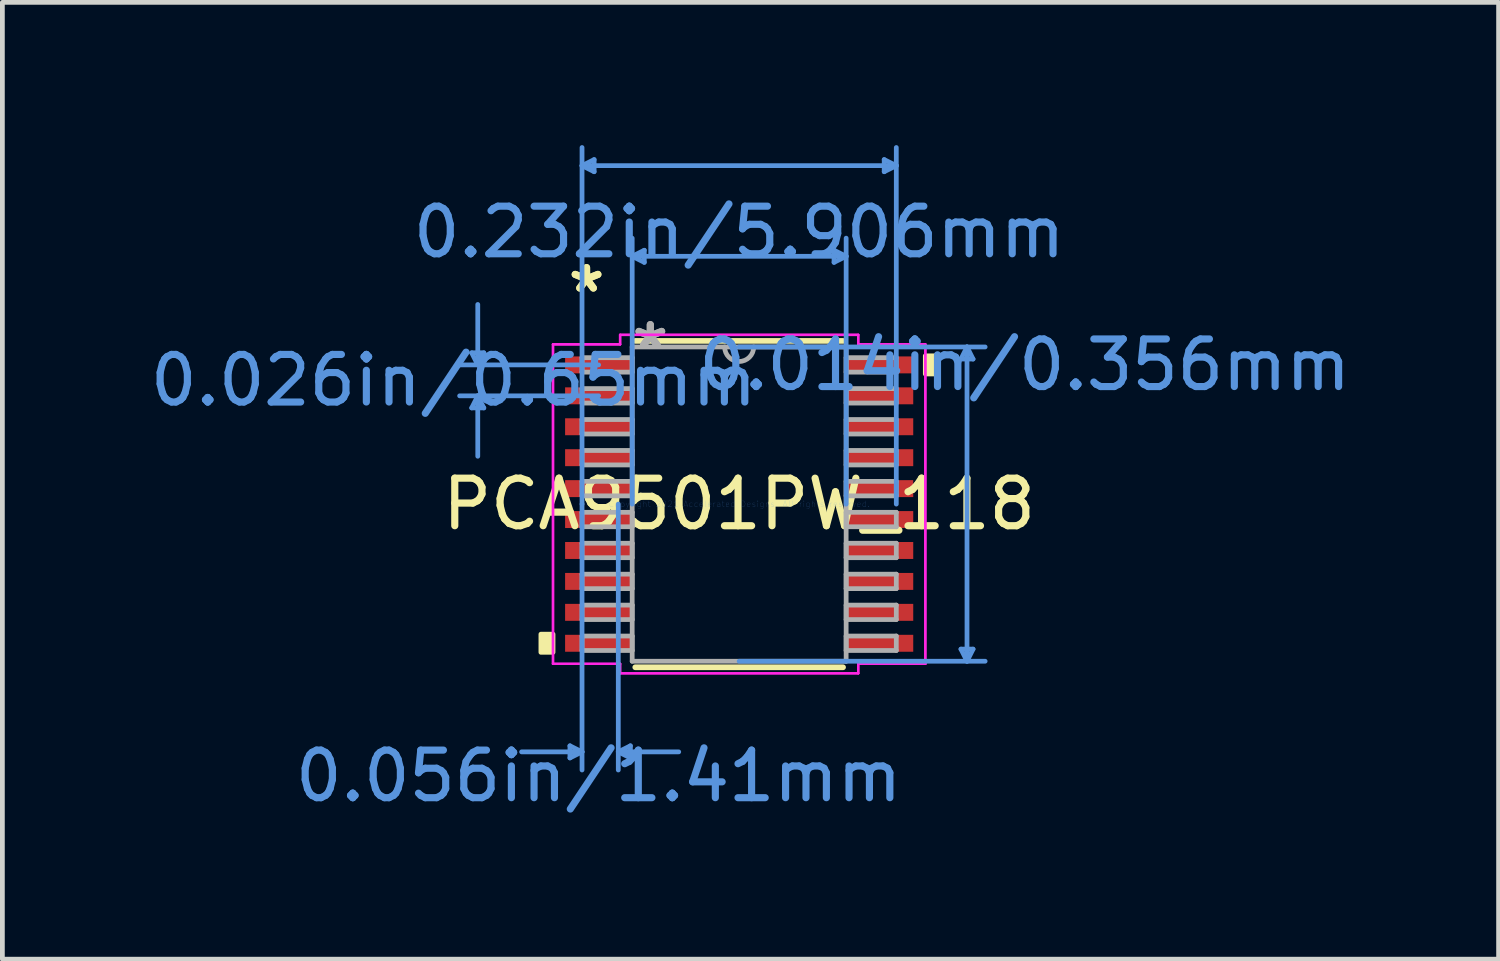
<source format=kicad_pcb>
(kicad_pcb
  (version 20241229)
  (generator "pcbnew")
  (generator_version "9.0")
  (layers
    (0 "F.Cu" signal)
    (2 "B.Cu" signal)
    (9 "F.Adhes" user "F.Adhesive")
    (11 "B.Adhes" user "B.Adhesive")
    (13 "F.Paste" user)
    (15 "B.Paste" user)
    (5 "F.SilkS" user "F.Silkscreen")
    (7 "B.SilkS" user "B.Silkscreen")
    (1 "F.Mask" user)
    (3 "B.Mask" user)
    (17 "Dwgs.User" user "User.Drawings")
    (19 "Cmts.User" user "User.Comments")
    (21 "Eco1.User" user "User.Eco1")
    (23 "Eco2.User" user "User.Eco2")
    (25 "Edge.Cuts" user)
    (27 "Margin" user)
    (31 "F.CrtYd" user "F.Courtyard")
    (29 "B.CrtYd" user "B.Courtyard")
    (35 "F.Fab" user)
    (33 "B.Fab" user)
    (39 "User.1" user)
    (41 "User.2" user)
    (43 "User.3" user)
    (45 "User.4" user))
  (footprint "PCA9501PW_118"
    (layer "F.Cu")
    (at 12.483 7.543)
    (property "Reference" "PCA9501PW_118" (at 0 0 0) (layer "F.SilkS") (effects (font (size 1 1) (thickness 0.15))))
    (attr through_hole)
    (fp_line (start -2.183 3.429) (end 2.183 3.429) (stroke (width 0.12) (type solid)) (layer "F.SilkS"))
    (fp_line (start 2.183 -3.429) (end -2.183 -3.429) (stroke (width 0.12) (type solid)) (layer "F.SilkS"))
    (fp_poly (pts (xy -4.166 2.734) (xy -4.166 3.115) (xy -3.912 3.115) (xy -3.912 2.734)) (stroke (width 0.1) (type solid)) (fill yes) (layer "F.SilkS"))
    (fp_poly (pts (xy 4.166 -3.115) (xy 4.166 -2.734) (xy 3.912 -2.734) (xy 3.912 -3.115)) (stroke (width 0.1) (type solid)) (fill yes) (layer "F.SilkS"))
    (fp_line (start -5.62 -3.179) (end -5.366 -3.179) (stroke (width 0.1) (type solid)) (layer "Cmts.User"))
    (fp_line (start -5.62 -2.021) (end -5.366 -2.021) (stroke (width 0.1) (type solid)) (layer "Cmts.User"))
    (fp_line (start -5.493 -2.925) (end -5.62 -3.179) (stroke (width 0.1) (type solid)) (layer "Cmts.User"))
    (fp_line (start -5.493 -2.925) (end -5.493 -4.195) (stroke (width 0.1) (type solid)) (layer "Cmts.User"))
    (fp_line (start -5.493 -2.925) (end -5.366 -3.179) (stroke (width 0.1) (type solid)) (layer "Cmts.User"))
    (fp_line (start -5.493 -2.275) (end -5.62 -2.021) (stroke (width 0.1) (type solid)) (layer "Cmts.User"))
    (fp_line (start -5.493 -2.275) (end -5.493 -1.005) (stroke (width 0.1) (type solid)) (layer "Cmts.User"))
    (fp_line (start -5.493 -2.275) (end -5.366 -2.021) (stroke (width 0.1) (type solid)) (layer "Cmts.User"))
    (fp_line (start -3.556 5.08) (end -3.556 5.334) (stroke (width 0.1) (type solid)) (layer "Cmts.User"))
    (fp_line (start -3.302 -7.112) (end -3.048 -7.239) (stroke (width 0.1) (type solid)) (layer "Cmts.User"))
    (fp_line (start -3.302 -7.112) (end -3.048 -6.985) (stroke (width 0.1) (type solid)) (layer "Cmts.User"))
    (fp_line (start -3.302 -7.112) (end 3.302 -7.112) (stroke (width 0.1) (type solid)) (layer "Cmts.User"))
    (fp_line (start -3.302 0) (end -3.302 -7.493) (stroke (width 0.1) (type solid)) (layer "Cmts.User"))
    (fp_line (start -3.302 0) (end -3.302 5.588) (stroke (width 0.1) (type solid)) (layer "Cmts.User"))
    (fp_line (start -3.302 5.207) (end -4.572 5.207) (stroke (width 0.1) (type solid)) (layer "Cmts.User"))
    (fp_line (start -3.302 5.207) (end -3.556 5.08) (stroke (width 0.1) (type solid)) (layer "Cmts.User"))
    (fp_line (start -3.302 5.207) (end -3.556 5.334) (stroke (width 0.1) (type solid)) (layer "Cmts.User"))
    (fp_line (start -3.048 -7.239) (end -3.048 -6.985) (stroke (width 0.1) (type solid)) (layer "Cmts.User"))
    (fp_line (start -2.953 -2.925) (end -5.874 -2.925) (stroke (width 0.1) (type solid)) (layer "Cmts.User"))
    (fp_line (start -2.953 -2.275) (end -5.874 -2.275) (stroke (width 0.1) (type solid)) (layer "Cmts.User"))
    (fp_line (start -2.54 0) (end -2.54 5.588) (stroke (width 0.1) (type solid)) (layer "Cmts.User"))
    (fp_line (start -2.54 5.207) (end -2.286 5.08) (stroke (width 0.1) (type solid)) (layer "Cmts.User"))
    (fp_line (start -2.54 5.207) (end -2.286 5.334) (stroke (width 0.1) (type solid)) (layer "Cmts.User"))
    (fp_line (start -2.54 5.207) (end -1.27 5.207) (stroke (width 0.1) (type solid)) (layer "Cmts.User"))
    (fp_line (start -2.286 5.08) (end -2.286 5.334) (stroke (width 0.1) (type solid)) (layer "Cmts.User"))
    (fp_line (start -2.248 -5.207) (end -1.994 -5.334) (stroke (width 0.1) (type solid)) (layer "Cmts.User"))
    (fp_line (start -2.248 -5.207) (end -1.994 -5.08) (stroke (width 0.1) (type solid)) (layer "Cmts.User"))
    (fp_line (start -2.248 -5.207) (end 2.248 -5.207) (stroke (width 0.1) (type solid)) (layer "Cmts.User"))
    (fp_line (start -2.248 0) (end -2.248 -5.588) (stroke (width 0.1) (type solid)) (layer "Cmts.User"))
    (fp_line (start -1.994 -5.334) (end -1.994 -5.08) (stroke (width 0.1) (type solid)) (layer "Cmts.User"))
    (fp_line (start 0 -3.302) (end 5.169 -3.302) (stroke (width 0.1) (type solid)) (layer "Cmts.User"))
    (fp_line (start 0 3.302) (end 5.169 3.302) (stroke (width 0.1) (type solid)) (layer "Cmts.User"))
    (fp_line (start 1.994 -5.334) (end 1.994 -5.08) (stroke (width 0.1) (type solid)) (layer "Cmts.User"))
    (fp_line (start 2.248 -5.207) (end 1.994 -5.334) (stroke (width 0.1) (type solid)) (layer "Cmts.User"))
    (fp_line (start 2.248 -5.207) (end 1.994 -5.08) (stroke (width 0.1) (type solid)) (layer "Cmts.User"))
    (fp_line (start 2.248 0) (end 2.248 -5.588) (stroke (width 0.1) (type solid)) (layer "Cmts.User"))
    (fp_line (start 3.048 -7.239) (end 3.048 -6.985) (stroke (width 0.1) (type solid)) (layer "Cmts.User"))
    (fp_line (start 3.302 -7.112) (end 3.048 -7.239) (stroke (width 0.1) (type solid)) (layer "Cmts.User"))
    (fp_line (start 3.302 -7.112) (end 3.048 -6.985) (stroke (width 0.1) (type solid)) (layer "Cmts.User"))
    (fp_line (start 3.302 0) (end 3.302 -7.493) (stroke (width 0.1) (type solid)) (layer "Cmts.User"))
    (fp_line (start 4.661 -3.048) (end 4.915 -3.048) (stroke (width 0.1) (type solid)) (layer "Cmts.User"))
    (fp_line (start 4.661 3.048) (end 4.915 3.048) (stroke (width 0.1) (type solid)) (layer "Cmts.User"))
    (fp_line (start 4.788 -3.302) (end 4.661 -3.048) (stroke (width 0.1) (type solid)) (layer "Cmts.User"))
    (fp_line (start 4.788 -3.302) (end 4.788 3.302) (stroke (width 0.1) (type solid)) (layer "Cmts.User"))
    (fp_line (start 4.788 -3.302) (end 4.915 -3.048) (stroke (width 0.1) (type solid)) (layer "Cmts.User"))
    (fp_line (start 4.788 3.302) (end 4.661 3.048) (stroke (width 0.1) (type solid)) (layer "Cmts.User"))
    (fp_line (start 4.788 3.302) (end 4.915 3.048) (stroke (width 0.1) (type solid)) (layer "Cmts.User"))
    (fp_line (start -3.912 -3.357) (end -2.502 -3.357) (stroke (width 0.05) (type solid)) (layer "F.CrtYd"))
    (fp_line (start -3.912 -3.357) (end -2.502 -3.357) (stroke (width 0.05) (type solid)) (layer "F.CrtYd"))
    (fp_line (start -3.912 3.357) (end -3.912 -3.357) (stroke (width 0.05) (type solid)) (layer "F.CrtYd"))
    (fp_line (start -3.912 3.357) (end -3.912 -3.357) (stroke (width 0.05) (type solid)) (layer "F.CrtYd"))
    (fp_line (start -3.912 3.357) (end -2.502 3.357) (stroke (width 0.05) (type solid)) (layer "F.CrtYd"))
    (fp_line (start -2.502 -3.556) (end 2.502 -3.556) (stroke (width 0.05) (type solid)) (layer "F.CrtYd"))
    (fp_line (start -2.502 -3.556) (end 2.502 -3.556) (stroke (width 0.05) (type solid)) (layer "F.CrtYd"))
    (fp_line (start -2.502 -3.357) (end -2.502 -3.556) (stroke (width 0.05) (type solid)) (layer "F.CrtYd"))
    (fp_line (start -2.502 -3.357) (end -2.502 -3.556) (stroke (width 0.05) (type solid)) (layer "F.CrtYd"))
    (fp_line (start -2.502 3.357) (end -3.912 3.357) (stroke (width 0.05) (type solid)) (layer "F.CrtYd"))
    (fp_line (start -2.502 3.556) (end -2.502 3.357) (stroke (width 0.05) (type solid)) (layer "F.CrtYd"))
    (fp_line (start -2.502 3.556) (end -2.502 3.357) (stroke (width 0.05) (type solid)) (layer "F.CrtYd"))
    (fp_line (start 2.502 -3.556) (end 2.502 -3.357) (stroke (width 0.05) (type solid)) (layer "F.CrtYd"))
    (fp_line (start 2.502 -3.556) (end 2.502 -3.357) (stroke (width 0.05) (type solid)) (layer "F.CrtYd"))
    (fp_line (start 2.502 -3.357) (end 3.912 -3.357) (stroke (width 0.05) (type solid)) (layer "F.CrtYd"))
    (fp_line (start 2.502 3.357) (end 2.502 3.556) (stroke (width 0.05) (type solid)) (layer "F.CrtYd"))
    (fp_line (start 2.502 3.357) (end 2.502 3.556) (stroke (width 0.05) (type solid)) (layer "F.CrtYd"))
    (fp_line (start 2.502 3.556) (end -2.502 3.556) (stroke (width 0.05) (type solid)) (layer "F.CrtYd"))
    (fp_line (start 2.502 3.556) (end -2.502 3.556) (stroke (width 0.05) (type solid)) (layer "F.CrtYd"))
    (fp_line (start 3.912 -3.357) (end 2.502 -3.357) (stroke (width 0.05) (type solid)) (layer "F.CrtYd"))
    (fp_line (start 3.912 -3.357) (end 3.912 3.357) (stroke (width 0.05) (type solid)) (layer "F.CrtYd"))
    (fp_line (start 3.912 -3.357) (end 3.912 3.357) (stroke (width 0.05) (type solid)) (layer "F.CrtYd"))
    (fp_line (start 3.912 3.357) (end 2.502 3.357) (stroke (width 0.05) (type solid)) (layer "F.CrtYd"))
    (fp_line (start 3.912 3.357) (end 2.502 3.357) (stroke (width 0.05) (type solid)) (layer "F.CrtYd"))
    (fp_line (start -3.302 -3.077) (end -3.302 -2.773) (stroke (width 0.1) (type solid)) (layer "F.Fab"))
    (fp_line (start -3.302 -2.773) (end -2.248 -2.773) (stroke (width 0.1) (type solid)) (layer "F.Fab"))
    (fp_line (start -3.302 -2.427) (end -3.302 -2.123) (stroke (width 0.1) (type solid)) (layer "F.Fab"))
    (fp_line (start -3.302 -2.123) (end -2.248 -2.123) (stroke (width 0.1) (type solid)) (layer "F.Fab"))
    (fp_line (start -3.302 -1.777) (end -3.302 -1.473) (stroke (width 0.1) (type solid)) (layer "F.Fab"))
    (fp_line (start -3.302 -1.473) (end -2.248 -1.473) (stroke (width 0.1) (type solid)) (layer "F.Fab"))
    (fp_line (start -3.302 -1.127) (end -3.302 -0.823) (stroke (width 0.1) (type solid)) (layer "F.Fab"))
    (fp_line (start -3.302 -0.823) (end -2.248 -0.823) (stroke (width 0.1) (type solid)) (layer "F.Fab"))
    (fp_line (start -3.302 -0.477) (end -3.302 -0.173) (stroke (width 0.1) (type solid)) (layer "F.Fab"))
    (fp_line (start -3.302 -0.173) (end -2.248 -0.173) (stroke (width 0.1) (type solid)) (layer "F.Fab"))
    (fp_line (start -3.302 0.173) (end -3.302 0.477) (stroke (width 0.1) (type solid)) (layer "F.Fab"))
    (fp_line (start -3.302 0.477) (end -2.248 0.477) (stroke (width 0.1) (type solid)) (layer "F.Fab"))
    (fp_line (start -3.302 0.823) (end -3.302 1.127) (stroke (width 0.1) (type solid)) (layer "F.Fab"))
    (fp_line (start -3.302 1.127) (end -2.248 1.127) (stroke (width 0.1) (type solid)) (layer "F.Fab"))
    (fp_line (start -3.302 1.473) (end -3.302 1.777) (stroke (width 0.1) (type solid)) (layer "F.Fab"))
    (fp_line (start -3.302 1.777) (end -2.248 1.777) (stroke (width 0.1) (type solid)) (layer "F.Fab"))
    (fp_line (start -3.302 2.123) (end -3.302 2.427) (stroke (width 0.1) (type solid)) (layer "F.Fab"))
    (fp_line (start -3.302 2.427) (end -2.248 2.427) (stroke (width 0.1) (type solid)) (layer "F.Fab"))
    (fp_line (start -3.302 2.773) (end -3.302 3.077) (stroke (width 0.1) (type solid)) (layer "F.Fab"))
    (fp_line (start -3.302 3.077) (end -2.248 3.077) (stroke (width 0.1) (type solid)) (layer "F.Fab"))
    (fp_line (start -2.248 -3.302) (end -2.248 3.302) (stroke (width 0.1) (type solid)) (layer "F.Fab"))
    (fp_line (start -2.248 -3.077) (end -3.302 -3.077) (stroke (width 0.1) (type solid)) (layer "F.Fab"))
    (fp_line (start -2.248 -2.773) (end -2.248 -3.077) (stroke (width 0.1) (type solid)) (layer "F.Fab"))
    (fp_line (start -2.248 -2.427) (end -3.302 -2.427) (stroke (width 0.1) (type solid)) (layer "F.Fab"))
    (fp_line (start -2.248 -2.123) (end -2.248 -2.427) (stroke (width 0.1) (type solid)) (layer "F.Fab"))
    (fp_line (start -2.248 -1.777) (end -3.302 -1.777) (stroke (width 0.1) (type solid)) (layer "F.Fab"))
    (fp_line (start -2.248 -1.473) (end -2.248 -1.777) (stroke (width 0.1) (type solid)) (layer "F.Fab"))
    (fp_line (start -2.248 -1.127) (end -3.302 -1.127) (stroke (width 0.1) (type solid)) (layer "F.Fab"))
    (fp_line (start -2.248 -0.823) (end -2.248 -1.127) (stroke (width 0.1) (type solid)) (layer "F.Fab"))
    (fp_line (start -2.248 -0.477) (end -3.302 -0.477) (stroke (width 0.1) (type solid)) (layer "F.Fab"))
    (fp_line (start -2.248 -0.173) (end -2.248 -0.477) (stroke (width 0.1) (type solid)) (layer "F.Fab"))
    (fp_line (start -2.248 0.173) (end -3.302 0.173) (stroke (width 0.1) (type solid)) (layer "F.Fab"))
    (fp_line (start -2.248 0.477) (end -2.248 0.173) (stroke (width 0.1) (type solid)) (layer "F.Fab"))
    (fp_line (start -2.248 0.823) (end -3.302 0.823) (stroke (width 0.1) (type solid)) (layer "F.Fab"))
    (fp_line (start -2.248 1.127) (end -2.248 0.823) (stroke (width 0.1) (type solid)) (layer "F.Fab"))
    (fp_line (start -2.248 1.473) (end -3.302 1.473) (stroke (width 0.1) (type solid)) (layer "F.Fab"))
    (fp_line (start -2.248 1.777) (end -2.248 1.473) (stroke (width 0.1) (type solid)) (layer "F.Fab"))
    (fp_line (start -2.248 2.123) (end -3.302 2.123) (stroke (width 0.1) (type solid)) (layer "F.Fab"))
    (fp_line (start -2.248 2.427) (end -2.248 2.123) (stroke (width 0.1) (type solid)) (layer "F.Fab"))
    (fp_line (start -2.248 2.773) (end -3.302 2.773) (stroke (width 0.1) (type solid)) (layer "F.Fab"))
    (fp_line (start -2.248 3.077) (end -2.248 2.773) (stroke (width 0.1) (type solid)) (layer "F.Fab"))
    (fp_line (start -2.248 3.302) (end 2.248 3.302) (stroke (width 0.1) (type solid)) (layer "F.Fab"))
    (fp_line (start 2.248 -3.302) (end -2.248 -3.302) (stroke (width 0.1) (type solid)) (layer "F.Fab"))
    (fp_line (start 2.248 -3.077) (end 2.248 -2.773) (stroke (width 0.1) (type solid)) (layer "F.Fab"))
    (fp_line (start 2.248 -2.773) (end 3.302 -2.773) (stroke (width 0.1) (type solid)) (layer "F.Fab"))
    (fp_line (start 2.248 -2.427) (end 2.248 -2.123) (stroke (width 0.1) (type solid)) (layer "F.Fab"))
    (fp_line (start 2.248 -2.123) (end 3.302 -2.123) (stroke (width 0.1) (type solid)) (layer "F.Fab"))
    (fp_line (start 2.248 -1.777) (end 2.248 -1.473) (stroke (width 0.1) (type solid)) (layer "F.Fab"))
    (fp_line (start 2.248 -1.473) (end 3.302 -1.473) (stroke (width 0.1) (type solid)) (layer "F.Fab"))
    (fp_line (start 2.248 -1.127) (end 2.248 -0.823) (stroke (width 0.1) (type solid)) (layer "F.Fab"))
    (fp_line (start 2.248 -0.823) (end 3.302 -0.823) (stroke (width 0.1) (type solid)) (layer "F.Fab"))
    (fp_line (start 2.248 -0.477) (end 2.248 -0.173) (stroke (width 0.1) (type solid)) (layer "F.Fab"))
    (fp_line (start 2.248 -0.173) (end 3.302 -0.173) (stroke (width 0.1) (type solid)) (layer "F.Fab"))
    (fp_line (start 2.248 0.173) (end 2.248 0.477) (stroke (width 0.1) (type solid)) (layer "F.Fab"))
    (fp_line (start 2.248 0.477) (end 3.302 0.477) (stroke (width 0.1) (type solid)) (layer "F.Fab"))
    (fp_line (start 2.248 0.823) (end 2.248 1.127) (stroke (width 0.1) (type solid)) (layer "F.Fab"))
    (fp_line (start 2.248 1.127) (end 3.302 1.127) (stroke (width 0.1) (type solid)) (layer "F.Fab"))
    (fp_line (start 2.248 1.473) (end 2.248 1.777) (stroke (width 0.1) (type solid)) (layer "F.Fab"))
    (fp_line (start 2.248 1.777) (end 3.302 1.777) (stroke (width 0.1) (type solid)) (layer "F.Fab"))
    (fp_line (start 2.248 2.123) (end 2.248 2.427) (stroke (width 0.1) (type solid)) (layer "F.Fab"))
    (fp_line (start 2.248 2.427) (end 3.302 2.427) (stroke (width 0.1) (type solid)) (layer "F.Fab"))
    (fp_line (start 2.248 2.773) (end 2.248 3.077) (stroke (width 0.1) (type solid)) (layer "F.Fab"))
    (fp_line (start 2.248 3.077) (end 3.302 3.077) (stroke (width 0.1) (type solid)) (layer "F.Fab"))
    (fp_line (start 2.248 3.302) (end 2.248 -3.302) (stroke (width 0.1) (type solid)) (layer "F.Fab"))
    (fp_line (start 3.302 -3.077) (end 2.248 -3.077) (stroke (width 0.1) (type solid)) (layer "F.Fab"))
    (fp_line (start 3.302 -2.773) (end 3.302 -3.077) (stroke (width 0.1) (type solid)) (layer "F.Fab"))
    (fp_line (start 3.302 -2.427) (end 2.248 -2.427) (stroke (width 0.1) (type solid)) (layer "F.Fab"))
    (fp_line (start 3.302 -2.123) (end 3.302 -2.427) (stroke (width 0.1) (type solid)) (layer "F.Fab"))
    (fp_line (start 3.302 -1.777) (end 2.248 -1.777) (stroke (width 0.1) (type solid)) (layer "F.Fab"))
    (fp_line (start 3.302 -1.473) (end 3.302 -1.777) (stroke (width 0.1) (type solid)) (layer "F.Fab"))
    (fp_line (start 3.302 -1.127) (end 2.248 -1.127) (stroke (width 0.1) (type solid)) (layer "F.Fab"))
    (fp_line (start 3.302 -0.823) (end 3.302 -1.127) (stroke (width 0.1) (type solid)) (layer "F.Fab"))
    (fp_line (start 3.302 -0.477) (end 2.248 -0.477) (stroke (width 0.1) (type solid)) (layer "F.Fab"))
    (fp_line (start 3.302 -0.173) (end 3.302 -0.477) (stroke (width 0.1) (type solid)) (layer "F.Fab"))
    (fp_line (start 3.302 0.173) (end 2.248 0.173) (stroke (width 0.1) (type solid)) (layer "F.Fab"))
    (fp_line (start 3.302 0.477) (end 3.302 0.173) (stroke (width 0.1) (type solid)) (layer "F.Fab"))
    (fp_line (start 3.302 0.823) (end 2.248 0.823) (stroke (width 0.1) (type solid)) (layer "F.Fab"))
    (fp_line (start 3.302 1.127) (end 3.302 0.823) (stroke (width 0.1) (type solid)) (layer "F.Fab"))
    (fp_line (start 3.302 1.473) (end 2.248 1.473) (stroke (width 0.1) (type solid)) (layer "F.Fab"))
    (fp_line (start 3.302 1.777) (end 3.302 1.473) (stroke (width 0.1) (type solid)) (layer "F.Fab"))
    (fp_line (start 3.302 2.123) (end 2.248 2.123) (stroke (width 0.1) (type solid)) (layer "F.Fab"))
    (fp_line (start 3.302 2.427) (end 3.302 2.123) (stroke (width 0.1) (type solid)) (layer "F.Fab"))
    (fp_line (start 3.302 2.773) (end 2.248 2.773) (stroke (width 0.1) (type solid)) (layer "F.Fab"))
    (fp_line (start 3.302 3.077) (end 3.302 2.773) (stroke (width 0.1) (type solid)) (layer "F.Fab"))
    (fp_arc (start 0.3048 -3.302) (mid 0 -2.9972) (end -0.3048 -3.302) (stroke (width 0.1) (type solid)) (layer "F.Fab"))
    (fp_text user "*" (at -3.207 -4.424 0) (layer "F.SilkS") (effects (font (size 1 1) (thickness 0.15))))
    (fp_text user "*" (at -3.207 -4.424 0) (layer "F.SilkS") (effects (font (size 1 1) (thickness 0.15))))
    (fp_text user "0.014in/0.356mm" (at 6.001 -2.925 0) (layer "Cmts.User") (effects (font (size 1 1) (thickness 0.15))))
    (fp_text user "0.026in/0.65mm" (at -6.001 -2.6 0) (layer "Cmts.User") (effects (font (size 1 1) (thickness 0.15))))
    (fp_text user "0.232in/5.906mm" (at 0 -5.715 0) (layer "Cmts.User") (effects (font (size 1 1) (thickness 0.15))))
    (fp_text user "0.056in/1.41mm" (at -2.953 5.715 0) (layer "Cmts.User") (effects (font (size 1 1) (thickness 0.15))))
    (fp_text user "Copyright 2021 Accelerated Designs. All rights reserved." (at 0 0 0) (layer "Cmts.User") (effects (font (size 0.127 0.127) (thickness 0.002))))
    (fp_text user "*" (at -1.867 -3.226 0) (layer "F.Fab") (effects (font (size 1 1) (thickness 0.15))))
    (fp_text user "*" (at -1.867 -3.226 0) (layer "F.Fab") (effects (font (size 1 1) (thickness 0.15))))
    (pad "1" smd rect (at -2.953 -2.925) (size 1.41 0.356) (layers "F.Cu" "F.Mask" "F.Paste"))
    (pad "2" smd rect (at -2.953 -2.275) (size 1.41 0.356) (layers "F.Cu" "F.Mask" "F.Paste"))
    (pad "3" smd rect (at -2.953 -1.625) (size 1.41 0.356) (layers "F.Cu" "F.Mask" "F.Paste"))
    (pad "4" smd rect (at -2.953 -0.975) (size 1.41 0.356) (layers "F.Cu" "F.Mask" "F.Paste"))
    (pad "5" smd rect (at -2.953 -0.325) (size 1.41 0.356) (layers "F.Cu" "F.Mask" "F.Paste"))
    (pad "6" smd rect (at -2.953 0.325) (size 1.41 0.356) (layers "F.Cu" "F.Mask" "F.Paste"))
    (pad "7" smd rect (at -2.953 0.975) (size 1.41 0.356) (layers "F.Cu" "F.Mask" "F.Paste"))
    (pad "8" smd rect (at -2.953 1.625) (size 1.41 0.356) (layers "F.Cu" "F.Mask" "F.Paste"))
    (pad "9" smd rect (at -2.953 2.275) (size 1.41 0.356) (layers "F.Cu" "F.Mask" "F.Paste"))
    (pad "10" smd rect (at -2.953 2.925) (size 1.41 0.356) (layers "F.Cu" "F.Mask" "F.Paste"))
    (pad "11" smd rect (at 2.953 2.925) (size 1.41 0.356) (layers "F.Cu" "F.Mask" "F.Paste"))
    (pad "12" smd rect (at 2.953 2.275) (size 1.41 0.356) (layers "F.Cu" "F.Mask" "F.Paste"))
    (pad "13" smd rect (at 2.953 1.625) (size 1.41 0.356) (layers "F.Cu" "F.Mask" "F.Paste"))
    (pad "14" smd rect (at 2.953 0.975) (size 1.41 0.356) (layers "F.Cu" "F.Mask" "F.Paste"))
    (pad "15" smd rect (at 2.953 0.325) (size 1.41 0.356) (layers "F.Cu" "F.Mask" "F.Paste"))
    (pad "16" smd rect (at 2.953 -0.325) (size 1.41 0.356) (layers "F.Cu" "F.Mask" "F.Paste"))
    (pad "17" smd rect (at 2.953 -0.975) (size 1.41 0.356) (layers "F.Cu" "F.Mask" "F.Paste"))
    (pad "18" smd rect (at 2.953 -1.625) (size 1.41 0.356) (layers "F.Cu" "F.Mask" "F.Paste"))
    (pad "19" smd rect (at 2.953 -2.275) (size 1.41 0.356) (layers "F.Cu" "F.Mask" "F.Paste"))
    (pad "20" smd rect (at 2.953 -2.925) (size 1.41 0.356) (layers "F.Cu" "F.Mask" "F.Paste")))
  (gr_rect
    (start -3 -3)
    (end 28.442 17.106)
    (stroke (width 0.1) (type default))
    (fill no)
    (layer "Edge.Cuts")))
</source>
